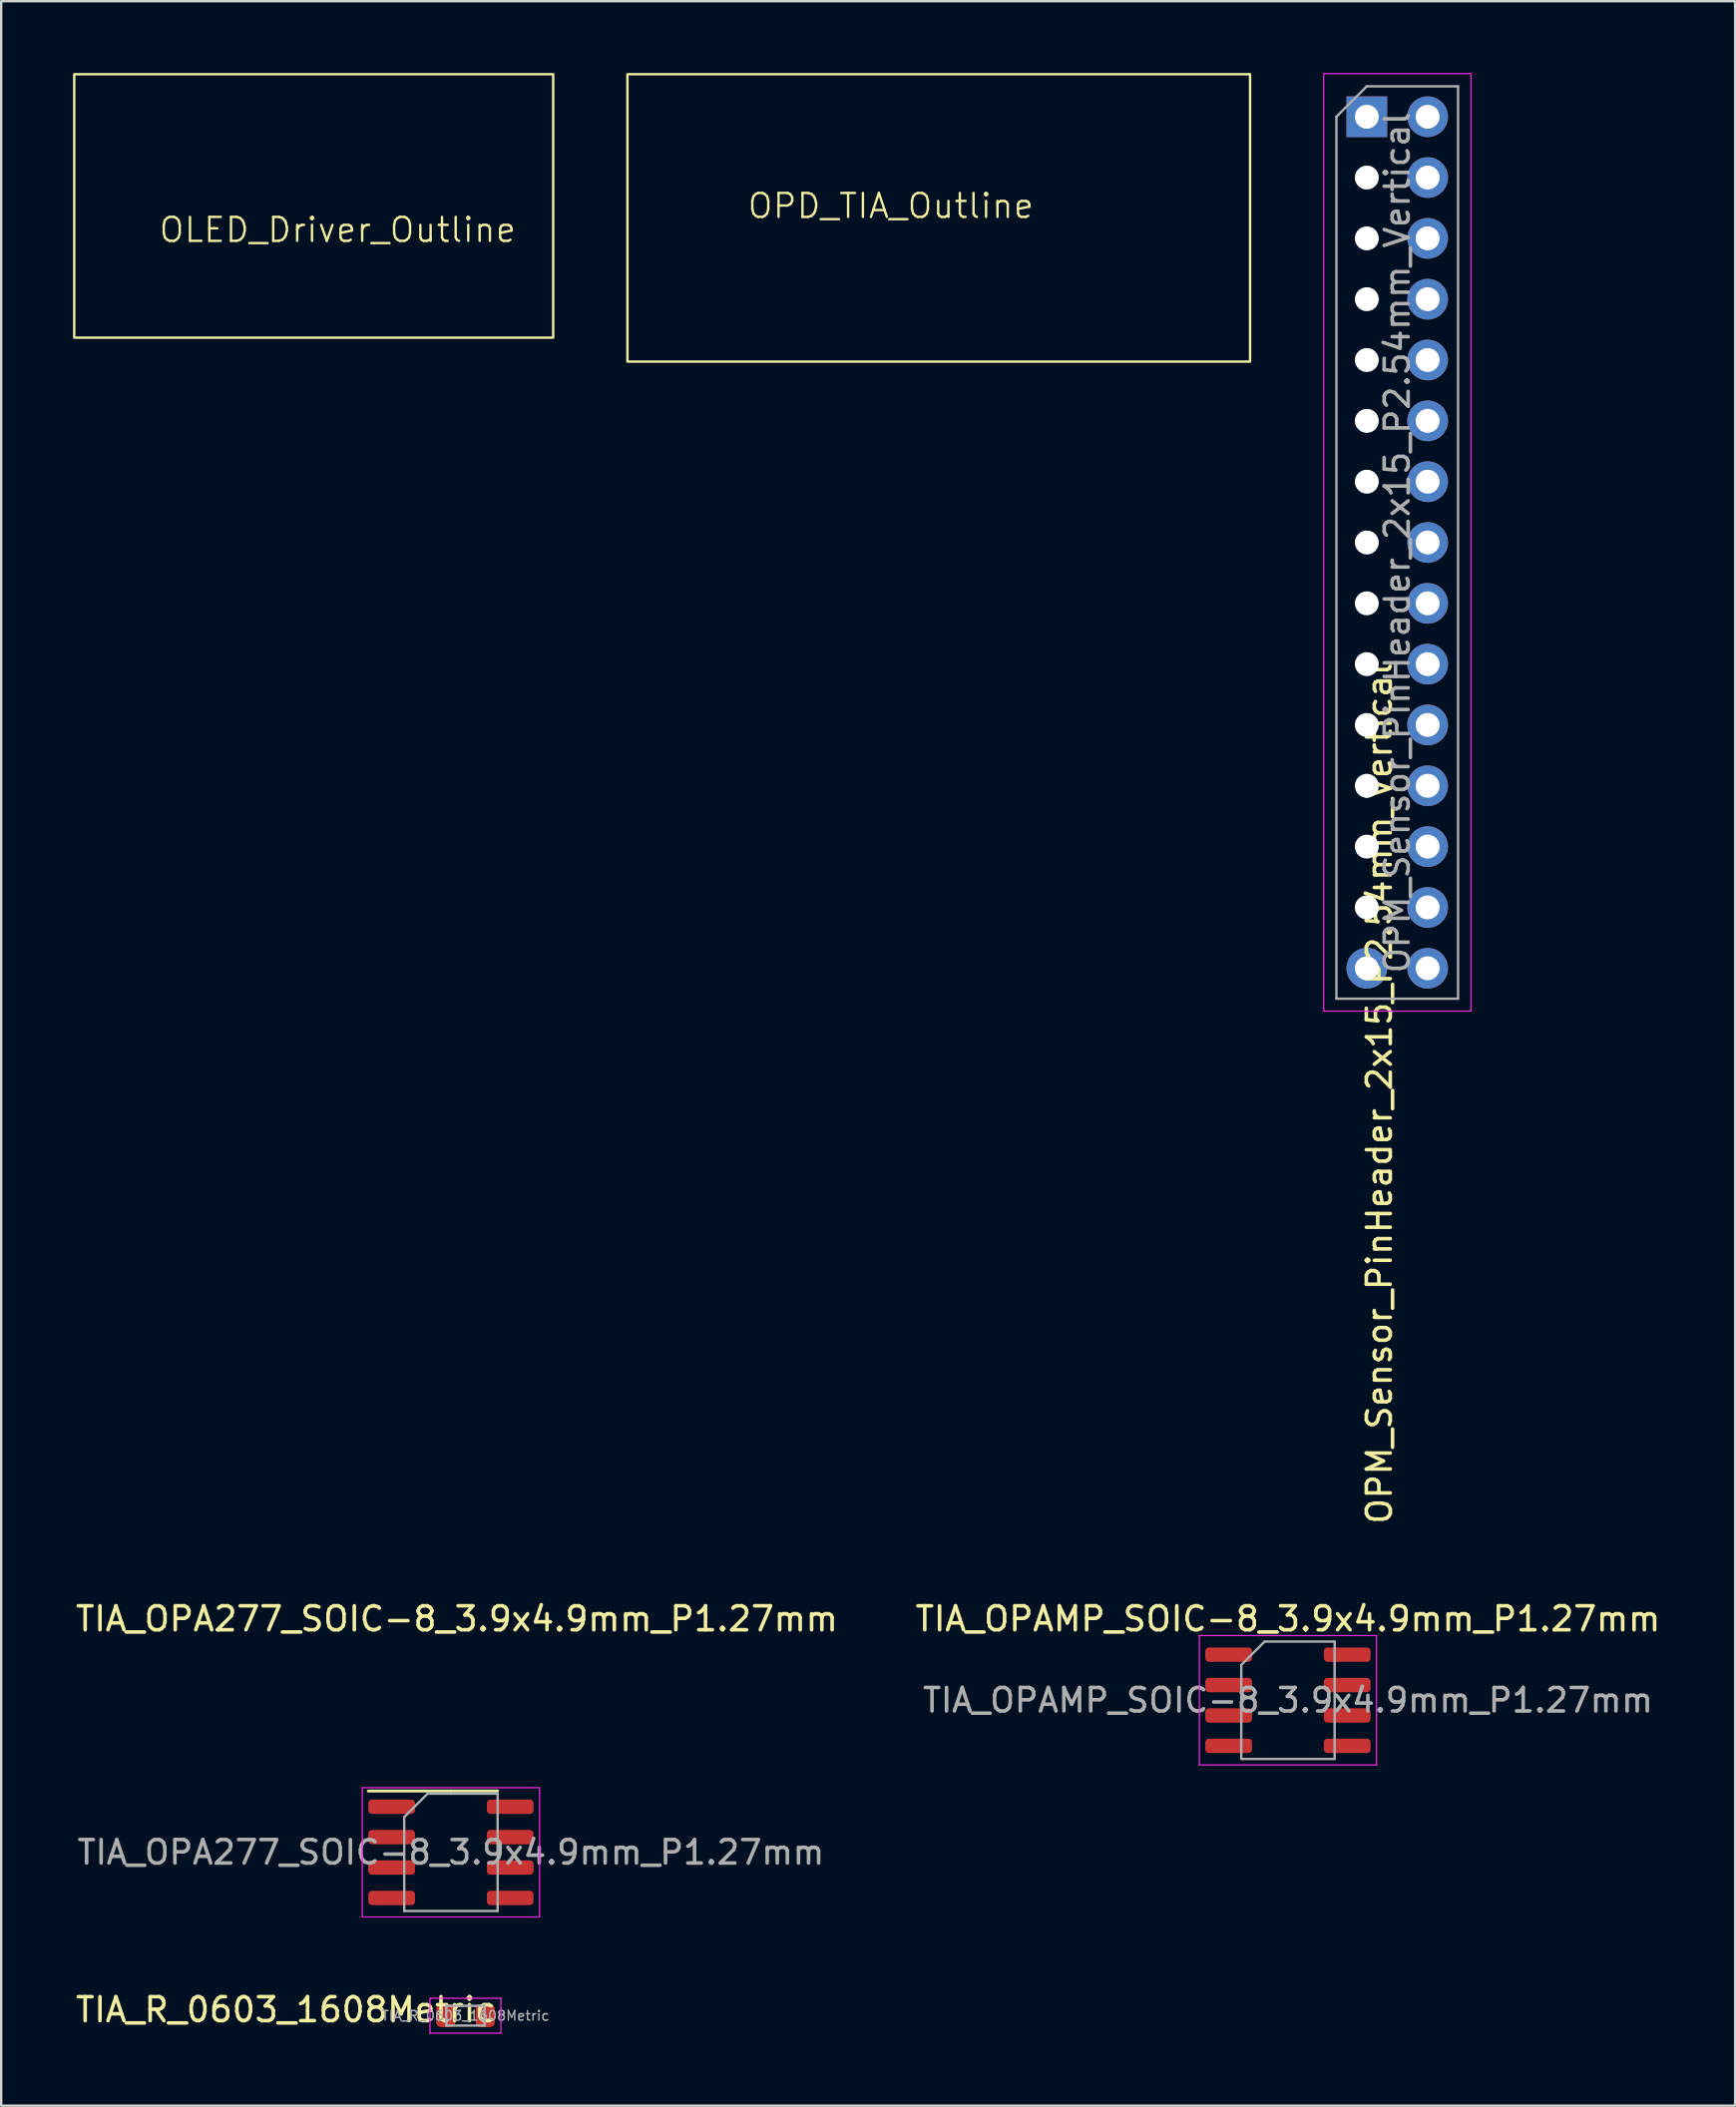
<source format=kicad_pcb>
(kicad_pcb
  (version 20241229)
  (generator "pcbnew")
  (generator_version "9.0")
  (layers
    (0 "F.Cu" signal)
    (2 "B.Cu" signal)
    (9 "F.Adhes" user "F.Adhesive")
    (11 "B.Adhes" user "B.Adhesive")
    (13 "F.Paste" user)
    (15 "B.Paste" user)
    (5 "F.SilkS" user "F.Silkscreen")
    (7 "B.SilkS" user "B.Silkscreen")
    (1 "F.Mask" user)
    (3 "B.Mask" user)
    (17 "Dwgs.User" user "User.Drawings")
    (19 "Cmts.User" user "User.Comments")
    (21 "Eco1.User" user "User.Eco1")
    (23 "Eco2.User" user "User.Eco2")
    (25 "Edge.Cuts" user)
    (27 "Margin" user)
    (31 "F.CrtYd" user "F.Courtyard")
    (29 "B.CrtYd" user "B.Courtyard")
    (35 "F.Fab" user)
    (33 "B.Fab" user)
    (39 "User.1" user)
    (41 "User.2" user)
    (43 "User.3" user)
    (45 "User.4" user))
  (footprint "TIA_R_0603_1608Metric"
    (layer "F.Cu")
    (at 16.387 81.128)
    (property "Reference" "TIA_R_0603_1608Metric" (at -7.5 -0.25 180) (layer "F.SilkS") (effects (font (size 1 1) (thickness 0.15))))
    (attr smd)
    (fp_line (start -1.48 -0.73) (end 1.48 -0.73) (stroke (width 0.05) (type solid)) (layer "F.CrtYd"))
    (fp_line (start -1.48 0.73) (end -1.48 -0.73) (stroke (width 0.05) (type solid)) (layer "F.CrtYd"))
    (fp_line (start 1.48 -0.73) (end 1.48 0.73) (stroke (width 0.05) (type solid)) (layer "F.CrtYd"))
    (fp_line (start 1.48 0.73) (end -1.48 0.73) (stroke (width 0.05) (type solid)) (layer "F.CrtYd"))
    (fp_line (start -0.8 -0.412) (end 0.8 -0.412) (stroke (width 0.1) (type solid)) (layer "F.Fab"))
    (fp_line (start -0.8 0.412) (end -0.8 -0.412) (stroke (width 0.1) (type solid)) (layer "F.Fab"))
    (fp_line (start 0.8 -0.412) (end 0.8 0.412) (stroke (width 0.1) (type solid)) (layer "F.Fab"))
    (fp_line (start 0.8 0.412) (end -0.8 0.412) (stroke (width 0.1) (type solid)) (layer "F.Fab"))
    (fp_text user "${REFERENCE}" (at 0 0 180) (layer "F.Fab") (effects (font (size 0.4 0.4) (thickness 0.06))))
    (pad "1" smd roundrect (at -0.825 0) (size 0.8 0.95) (layers "F.Cu" "F.Mask" "F.Paste") (roundrect_rratio 0.25))
    (pad "2" smd roundrect (at 0.825 0) (size 0.8 0.95) (layers "F.Cu" "F.Mask" "F.Paste") (roundrect_rratio 0.25)))
  (footprint "OPM_Sensor_PinHeader_2x15_P2.54mm_Vertical"
    (layer "F.Cu")
    (at 54.025 1.825)
    (property "Reference" "OPM_Sensor_PinHeader_2x15_P2.54mm_Vertical" (at 0.525 40.78 270) (layer "F.SilkS") (effects (font (size 1 1) (thickness 0.15))))
    (attr through_hole)
    (fp_line (start -1.8 -1.8) (end -1.8 37.35) (stroke (width 0.05) (type solid)) (layer "F.CrtYd"))
    (fp_line (start -1.8 37.35) (end 4.35 37.35) (stroke (width 0.05) (type solid)) (layer "F.CrtYd"))
    (fp_line (start 4.35 -1.8) (end -1.8 -1.8) (stroke (width 0.05) (type solid)) (layer "F.CrtYd"))
    (fp_line (start 4.35 37.35) (end 4.35 -1.8) (stroke (width 0.05) (type solid)) (layer "F.CrtYd"))
    (fp_line (start -1.27 0) (end 0 -1.27) (stroke (width 0.1) (type solid)) (layer "F.Fab"))
    (fp_line (start -1.27 36.83) (end -1.27 0) (stroke (width 0.1) (type solid)) (layer "F.Fab"))
    (fp_line (start 0 -1.27) (end 3.81 -1.27) (stroke (width 0.1) (type solid)) (layer "F.Fab"))
    (fp_line (start 3.81 -1.27) (end 3.81 36.83) (stroke (width 0.1) (type solid)) (layer "F.Fab"))
    (fp_line (start 3.81 36.83) (end -1.27 36.83) (stroke (width 0.1) (type solid)) (layer "F.Fab"))
    (fp_text user "${REFERENCE}" (at 1.27 17.78 90) (layer "F.Fab") (effects (font (size 1 1) (thickness 0.15))))
    (pad "1" thru_hole rect (at 0 0) (size 1.7 1.7) (drill 1) (layers "*.Cu" "*.Mask"))
    (pad "2" thru_hole oval (at 2.54 0) (size 1.7 1.7) (drill 1) (layers "*.Cu" "*.Mask"))
    (pad "3" thru_hole oval (at 0 2.54) (size 1.7 1.7) (drill 1) (layers "*.Cu" "*.Mask") (remove_unused_layers yes) (zone_layer_connections))
    (pad "4" thru_hole oval (at 2.54 2.54) (size 1.7 1.7) (drill 1) (layers "*.Cu" "*.Mask"))
    (pad "5" thru_hole oval (at 0 5.08) (size 1.7 1.7) (drill 1) (layers "*.Cu" "*.Mask") (remove_unused_layers yes) (zone_layer_connections))
    (pad "6" thru_hole oval (at 2.54 5.08) (size 1.7 1.7) (drill 1) (layers "*.Cu" "*.Mask"))
    (pad "7" thru_hole oval (at 0 7.62) (size 1.7 1.7) (drill 1) (layers "*.Cu" "*.Mask") (remove_unused_layers yes) (zone_layer_connections))
    (pad "8" thru_hole oval (at 2.54 7.62) (size 1.7 1.7) (drill 1) (layers "*.Cu" "*.Mask"))
    (pad "9" thru_hole oval (at 0 10.16) (size 1.7 1.7) (drill 1) (layers "*.Cu" "*.Mask") (remove_unused_layers yes) (zone_layer_connections))
    (pad "10" thru_hole oval (at 2.54 10.16) (size 1.7 1.7) (drill 1) (layers "*.Cu" "*.Mask"))
    (pad "11" thru_hole oval (at 0 12.7) (size 1.7 1.7) (drill 1) (layers "*.Cu" "*.Mask") (remove_unused_layers yes) (zone_layer_connections))
    (pad "12" thru_hole oval (at 2.54 12.7) (size 1.7 1.7) (drill 1) (layers "*.Cu" "*.Mask"))
    (pad "13" thru_hole oval (at 0 15.24) (size 1.7 1.7) (drill 1) (layers "*.Cu" "*.Mask") (remove_unused_layers yes) (zone_layer_connections))
    (pad "14" thru_hole oval (at 2.54 15.24) (size 1.7 1.7) (drill 1) (layers "*.Cu" "*.Mask"))
    (pad "15" thru_hole oval (at 0 17.78) (size 1.7 1.7) (drill 1) (layers "*.Cu" "*.Mask") (remove_unused_layers yes) (zone_layer_connections))
    (pad "16" thru_hole oval (at 2.54 17.78) (size 1.7 1.7) (drill 1) (layers "*.Cu" "*.Mask"))
    (pad "17" thru_hole oval (at 0 20.32) (size 1.7 1.7) (drill 1) (layers "*.Cu" "*.Mask") (remove_unused_layers yes) (zone_layer_connections))
    (pad "18" thru_hole oval (at 2.54 20.32) (size 1.7 1.7) (drill 1) (layers "*.Cu" "*.Mask"))
    (pad "19" thru_hole oval (at 0 22.86) (size 1.7 1.7) (drill 1) (layers "*.Cu" "*.Mask") (remove_unused_layers yes) (zone_layer_connections))
    (pad "20" thru_hole oval (at 2.54 22.86) (size 1.7 1.7) (drill 1) (layers "*.Cu" "*.Mask"))
    (pad "21" thru_hole oval (at 0 25.4) (size 1.7 1.7) (drill 1) (layers "*.Cu" "*.Mask") (remove_unused_layers yes) (zone_layer_connections))
    (pad "22" thru_hole oval (at 2.54 25.4) (size 1.7 1.7) (drill 1) (layers "*.Cu" "*.Mask"))
    (pad "23" thru_hole oval (at 0 27.94) (size 1.7 1.7) (drill 1) (layers "*.Cu" "*.Mask") (remove_unused_layers yes) (zone_layer_connections))
    (pad "24" thru_hole oval (at 2.54 27.94) (size 1.7 1.7) (drill 1) (layers "*.Cu" "*.Mask"))
    (pad "25" thru_hole oval (at 0 30.48) (size 1.7 1.7) (drill 1) (layers "*.Cu" "*.Mask") (remove_unused_layers yes) (zone_layer_connections))
    (pad "26" thru_hole oval (at 2.54 30.48) (size 1.7 1.7) (drill 1) (layers "*.Cu" "*.Mask"))
    (pad "27" thru_hole oval (at 0 33.02) (size 1.7 1.7) (drill 1) (layers "*.Cu" "*.Mask") (remove_unused_layers yes) (zone_layer_connections))
    (pad "28" thru_hole oval (at 2.54 33.02) (size 1.7 1.7) (drill 1) (layers "*.Cu" "*.Mask"))
    (pad "29" thru_hole oval (at 0 35.56) (size 1.7 1.7) (drill 1) (layers "*.Cu" "*.Mask"))
    (pad "30" thru_hole oval (at 2.54 35.56) (size 1.7 1.7) (drill 1) (layers "*.Cu" "*.Mask")))
  (footprint "TIA_OPA277_SOIC-8_3.9x4.9mm_P1.27mm"
    (layer "F.Cu")
    (at 15.78 74.304)
    (property "Reference" "TIA_OPA277_SOIC-8_3.9x4.9mm_P1.27mm" (at 0.25 -9.75 0) (layer "F.SilkS") (effects (font (size 1 1) (thickness 0.15))))
    (attr smd)
    (fp_line (start 0 -2.56) (end -3.45 -2.56) (stroke (width 0.12) (type solid)) (layer "F.SilkS"))
    (fp_line (start 0 -2.56) (end 1.95 -2.56) (stroke (width 0.12) (type solid)) (layer "F.SilkS"))
    (fp_line (start -3.7 -2.7) (end -3.7 2.7) (stroke (width 0.05) (type solid)) (layer "F.CrtYd"))
    (fp_line (start -3.7 2.7) (end 3.7 2.7) (stroke (width 0.05) (type solid)) (layer "F.CrtYd"))
    (fp_line (start 3.7 -2.7) (end -3.7 -2.7) (stroke (width 0.05) (type solid)) (layer "F.CrtYd"))
    (fp_line (start 3.7 2.7) (end 3.7 -2.7) (stroke (width 0.05) (type solid)) (layer "F.CrtYd"))
    (fp_line (start -1.95 -1.475) (end -0.975 -2.45) (stroke (width 0.1) (type solid)) (layer "F.Fab"))
    (fp_line (start -1.95 2.45) (end -1.95 -1.475) (stroke (width 0.1) (type solid)) (layer "F.Fab"))
    (fp_line (start -0.975 -2.45) (end 1.95 -2.45) (stroke (width 0.1) (type solid)) (layer "F.Fab"))
    (fp_line (start 1.95 -2.45) (end 1.95 2.45) (stroke (width 0.1) (type solid)) (layer "F.Fab"))
    (fp_line (start 1.95 2.45) (end -1.95 2.45) (stroke (width 0.1) (type solid)) (layer "F.Fab"))
    (fp_text user "${REFERENCE}" (at 0 0 0) (layer "F.Fab") (effects (font (size 0.98 0.98) (thickness 0.15))))
    (pad "1" smd roundrect (at -2.475 -1.905) (size 1.95 0.6) (layers "F.Cu" "F.Mask" "F.Paste") (roundrect_rratio 0.25))
    (pad "2" smd roundrect (at -2.475 -0.635) (size 1.95 0.6) (layers "F.Cu" "F.Mask" "F.Paste") (roundrect_rratio 0.25))
    (pad "3" smd roundrect (at -2.475 0.635) (size 1.95 0.6) (layers "F.Cu" "F.Mask" "F.Paste") (roundrect_rratio 0.25))
    (pad "4" smd roundrect (at -2.475 1.905) (size 1.95 0.6) (layers "F.Cu" "F.Mask" "F.Paste") (roundrect_rratio 0.25))
    (pad "5" smd roundrect (at 2.475 1.905) (size 1.95 0.6) (layers "F.Cu" "F.Mask" "F.Paste") (roundrect_rratio 0.25))
    (pad "6" smd roundrect (at 2.475 0.635) (size 1.95 0.6) (layers "F.Cu" "F.Mask" "F.Paste") (roundrect_rratio 0.25))
    (pad "7" smd roundrect (at 2.475 -0.635) (size 1.95 0.6) (layers "F.Cu" "F.Mask" "F.Paste") (roundrect_rratio 0.25))
    (pad "8" smd roundrect (at 2.475 -1.905) (size 1.95 0.6) (layers "F.Cu" "F.Mask" "F.Paste") (roundrect_rratio 0.25)))
  (footprint "TIA_OPAMP_SOIC-8_3.9x4.9mm_P1.27mm"
    (layer "F.Cu")
    (at 50.732 67.954)
    (property "Reference" "TIA_OPAMP_SOIC-8_3.9x4.9mm_P1.27mm" (at 0 -3.4 0) (layer "F.SilkS") (effects (font (size 1 1) (thickness 0.15))))
    (attr smd)
    (fp_line (start -3.7 -2.7) (end -3.7 2.7) (stroke (width 0.05) (type solid)) (layer "F.CrtYd"))
    (fp_line (start -3.7 2.7) (end 3.7 2.7) (stroke (width 0.05) (type solid)) (layer "F.CrtYd"))
    (fp_line (start 3.7 -2.7) (end -3.7 -2.7) (stroke (width 0.05) (type solid)) (layer "F.CrtYd"))
    (fp_line (start 3.7 2.7) (end 3.7 -2.7) (stroke (width 0.05) (type solid)) (layer "F.CrtYd"))
    (fp_line (start -1.95 -1.475) (end -0.975 -2.45) (stroke (width 0.1) (type solid)) (layer "F.Fab"))
    (fp_line (start -1.95 2.45) (end -1.95 -1.475) (stroke (width 0.1) (type solid)) (layer "F.Fab"))
    (fp_line (start -0.975 -2.45) (end 1.95 -2.45) (stroke (width 0.1) (type solid)) (layer "F.Fab"))
    (fp_line (start 1.95 -2.45) (end 1.95 2.45) (stroke (width 0.1) (type solid)) (layer "F.Fab"))
    (fp_line (start 1.95 2.45) (end -1.95 2.45) (stroke (width 0.1) (type solid)) (layer "F.Fab"))
    (fp_text user "${REFERENCE}" (at 0 0 0) (layer "F.Fab") (effects (font (size 0.98 0.98) (thickness 0.15))))
    (pad "1" smd roundrect (at -2.475 -1.905) (size 1.95 0.6) (layers "F.Cu" "F.Mask" "F.Paste") (roundrect_rratio 0.25))
    (pad "2" smd roundrect (at -2.475 -0.635) (size 1.95 0.6) (layers "F.Cu" "F.Mask" "F.Paste") (roundrect_rratio 0.25))
    (pad "3" smd roundrect (at -2.475 0.635) (size 1.95 0.6) (layers "F.Cu" "F.Mask" "F.Paste") (roundrect_rratio 0.25))
    (pad "4" smd roundrect (at -2.475 1.905) (size 1.95 0.6) (layers "F.Cu" "F.Mask" "F.Paste") (roundrect_rratio 0.25))
    (pad "5" smd roundrect (at 2.475 1.905) (size 1.95 0.6) (layers "F.Cu" "F.Mask" "F.Paste") (roundrect_rratio 0.25))
    (pad "6" smd roundrect (at 2.475 0.635) (size 1.95 0.6) (layers "F.Cu" "F.Mask" "F.Paste") (roundrect_rratio 0.25))
    (pad "7" smd roundrect (at 2.475 -0.635) (size 1.95 0.6) (layers "F.Cu" "F.Mask" "F.Paste") (roundrect_rratio 0.25))
    (pad "8" smd roundrect (at 2.475 -1.905) (size 1.95 0.6) (layers "F.Cu" "F.Mask" "F.Paste") (roundrect_rratio 0.25)))
  (footprint "OPD_TIA_Outline"
    (layer "F.Cu")
    (at 34.15 6.05)
    (property "Reference" "OPD_TIA_Outline" (at 0 -0.5 0) (unlocked yes) (layer "F.SilkS") (effects (font (size 1 1) (thickness 0.1))))
    (fp_rect (start -11 -6) (end 15 6) (stroke (width 0.1) (type default)) (fill no) (layer "F.SilkS")))
  (footprint "OLED_Driver_Outline"
    (layer "F.Cu")
    (at 11.05 7.05)
    (property "Reference" "OLED_Driver_Outline" (at 0 -0.5 0) (unlocked yes) (layer "F.SilkS") (effects (font (size 1 1) (thickness 0.1))))
    (fp_rect (start -11 -7) (end 9 4) (stroke (width 0.1) (type default)) (fill no) (layer "F.SilkS")))
  (gr_rect
    (start -3 -3)
    (end 69.405 84.883)
    (stroke (width 0.1) (type default))
    (fill no)
    (layer "Edge.Cuts")))
</source>
